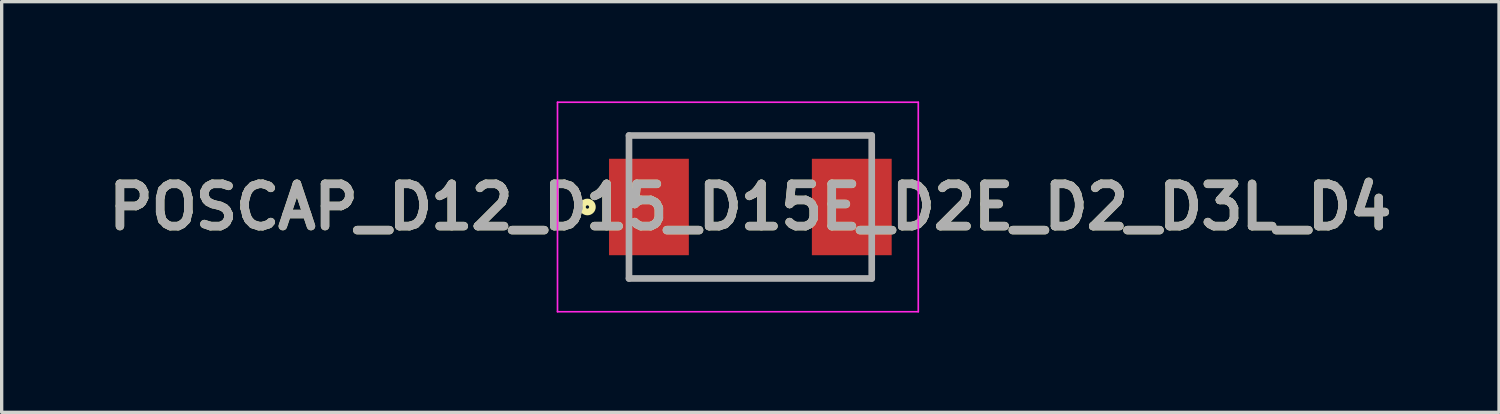
<source format=kicad_pcb>
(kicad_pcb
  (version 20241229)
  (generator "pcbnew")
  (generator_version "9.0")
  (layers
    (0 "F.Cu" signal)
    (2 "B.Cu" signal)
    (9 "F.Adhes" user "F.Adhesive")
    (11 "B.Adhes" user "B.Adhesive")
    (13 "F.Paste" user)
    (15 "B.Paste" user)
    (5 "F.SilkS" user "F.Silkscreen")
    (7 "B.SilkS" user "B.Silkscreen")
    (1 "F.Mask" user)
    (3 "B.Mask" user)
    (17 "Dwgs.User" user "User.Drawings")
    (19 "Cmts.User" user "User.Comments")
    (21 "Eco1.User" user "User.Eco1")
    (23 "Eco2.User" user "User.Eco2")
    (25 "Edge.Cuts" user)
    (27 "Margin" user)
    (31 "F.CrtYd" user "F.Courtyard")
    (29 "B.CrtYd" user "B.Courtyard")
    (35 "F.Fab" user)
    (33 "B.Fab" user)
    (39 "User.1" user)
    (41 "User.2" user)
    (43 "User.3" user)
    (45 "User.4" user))
  (footprint "POSCAP_D12_D15_D15E_D2E_D2_D3L_D4"
    (layer "F.Cu")
    (at 19.516 3.175)
    (property "Reference" "POSCAP_D12_D15_D15E_D2E_D2_D3L_D4" (at 0 0 0) (layer "F.SilkS") (effects (font (size 1.27 1.27) (thickness 0.254))))
    (attr smd)
    (fp_line (start -3.65 -2.15) (end 3.65 -2.15) (stroke (width 0.1) (type solid)) (layer "F.SilkS"))
    (fp_line (start 3.65 2.15) (end -3.65 2.15) (stroke (width 0.1) (type solid)) (layer "F.SilkS"))
    (fp_circle (center -4.9 0) (end -4.9 0.05) (stroke (width 0.2) (type solid)) (fill no) (layer "F.SilkS"))
    (fp_line (start -5.8 -3.15) (end 5.05 -3.15) (stroke (width 0.05) (type solid)) (layer "F.CrtYd"))
    (fp_line (start -5.8 3.15) (end -5.8 -3.15) (stroke (width 0.05) (type solid)) (layer "F.CrtYd"))
    (fp_line (start 5.05 -3.15) (end 5.05 3.15) (stroke (width 0.05) (type solid)) (layer "F.CrtYd"))
    (fp_line (start 5.05 3.15) (end -5.8 3.15) (stroke (width 0.05) (type solid)) (layer "F.CrtYd"))
    (fp_line (start -3.65 -2.15) (end 3.65 -2.15) (stroke (width 0.2) (type solid)) (layer "F.Fab"))
    (fp_line (start -3.65 2.15) (end -3.65 -2.15) (stroke (width 0.2) (type solid)) (layer "F.Fab"))
    (fp_line (start 3.65 -2.15) (end 3.65 2.15) (stroke (width 0.2) (type solid)) (layer "F.Fab"))
    (fp_line (start 3.65 2.15) (end -3.65 2.15) (stroke (width 0.2) (type solid)) (layer "F.Fab"))
    (fp_text user "${REFERENCE}" (at 0 0 0) (layer "F.Fab") (effects (font (size 1.27 1.27) (thickness 0.254))))
    (pad "1" smd rect (at -3.05 0) (size 2.4 2.9) (layers "F.Cu" "F.Mask" "F.Paste"))
    (pad "2" smd rect (at 3.05 0) (size 2.4 2.9) (layers "F.Cu" "F.Mask" "F.Paste")))
  (gr_rect
    (start -3 -3)
    (end 42.031 9.35)
    (stroke (width 0.1) (type default))
    (fill no)
    (layer "Edge.Cuts")))
</source>
